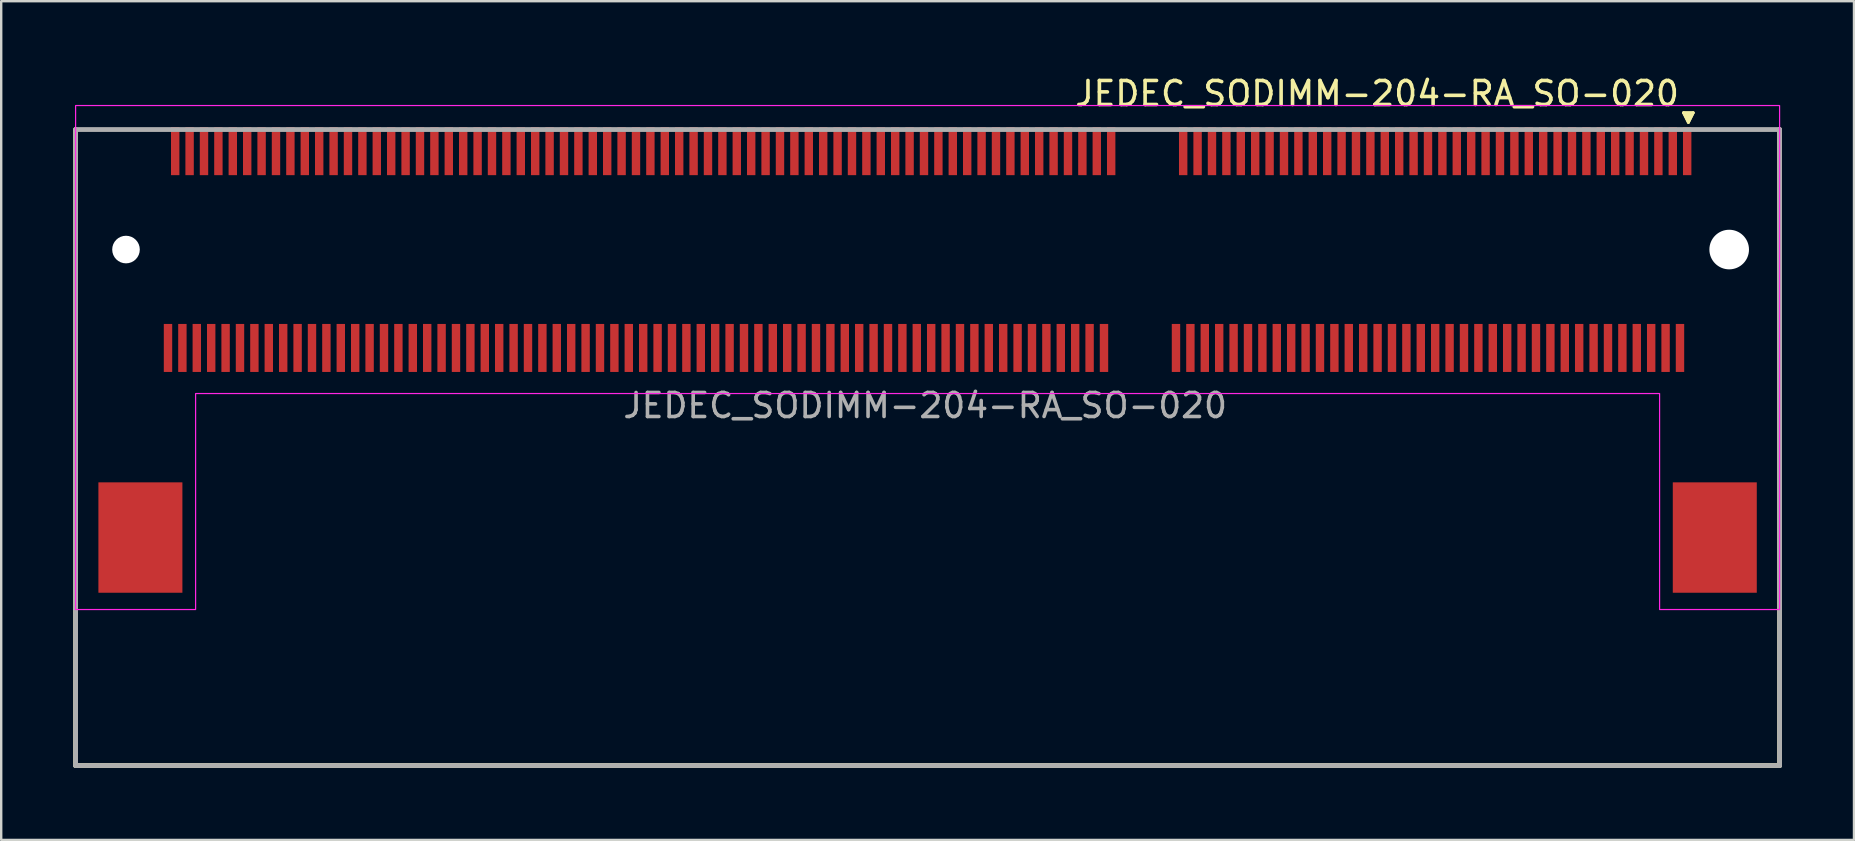
<source format=kicad_pcb>
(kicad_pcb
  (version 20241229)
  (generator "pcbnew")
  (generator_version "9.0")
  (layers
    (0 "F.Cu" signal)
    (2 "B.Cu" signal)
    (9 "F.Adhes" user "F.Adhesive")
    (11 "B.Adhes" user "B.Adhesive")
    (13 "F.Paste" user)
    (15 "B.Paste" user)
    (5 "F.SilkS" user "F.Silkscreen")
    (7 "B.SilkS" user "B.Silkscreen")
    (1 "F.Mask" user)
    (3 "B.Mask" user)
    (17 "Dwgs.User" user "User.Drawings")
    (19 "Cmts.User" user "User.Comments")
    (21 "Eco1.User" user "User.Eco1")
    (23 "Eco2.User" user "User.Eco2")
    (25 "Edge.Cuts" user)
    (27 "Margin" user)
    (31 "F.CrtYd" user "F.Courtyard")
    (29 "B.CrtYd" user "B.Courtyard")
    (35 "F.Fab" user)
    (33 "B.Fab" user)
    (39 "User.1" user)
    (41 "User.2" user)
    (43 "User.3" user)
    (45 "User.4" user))
  (footprint "JEDEC_SODIMM-204-RA_SO-020"
    (layer "F.Cu")
    (at 69 7.348)
    (property "Reference" "JEDEC_SODIMM-204-RA_SO-020" (at -2 -6.5 0) (unlocked yes) (layer "F.SilkS") (effects (font (size 1 1) (thickness 0.15)) (justify right)))
    (attr smd)
    (fp_line (start -68.9 21.5) (end -68.9 -5) (stroke (width 0.2) (type solid)) (layer "F.SilkS"))
    (fp_line (start -1.9 -5.7) (end -1.7 -5.3) (stroke (width 0.12) (type default)) (layer "F.SilkS"))
    (fp_line (start -1.7 -5.3) (end -1.5 -5.7) (stroke (width 0.12) (type default)) (layer "F.SilkS"))
    (fp_line (start -1.5 -5.7) (end -1.9 -5.7) (stroke (width 0.12) (type default)) (layer "F.SilkS"))
    (fp_line (start 2.1 -5) (end 2.1 21.5) (stroke (width 0.2) (type solid)) (layer "F.SilkS"))
    (fp_line (start 2.1 21.5) (end -68.9 21.5) (stroke (width 0.2) (type solid)) (layer "F.SilkS"))
    (fp_poly (pts (xy -1.9 -5.7) (xy -1.7 -5.3) (xy -1.5 -5.7)) (stroke (width 0.12) (type solid)) (fill yes) (layer "F.SilkS"))
    (fp_poly (pts (xy -68.9 15) (xy -63.9 15) (xy -63.9 6) (xy -2.9 6) (xy -2.9 15) (xy 2.1 15) (xy 2.1 -6) (xy -68.9 -6)) (stroke (width 0.05) (type solid)) (fill no) (layer "F.CrtYd"))
    (fp_line (start -68.9 -5) (end 2.1 -5) (stroke (width 0.2) (type solid)) (layer "F.Fab"))
    (fp_line (start -68.9 21.5) (end -68.9 -5) (stroke (width 0.2) (type solid)) (layer "F.Fab"))
    (fp_line (start 2.1 -5) (end 2.1 21.5) (stroke (width 0.2) (type solid)) (layer "F.Fab"))
    (fp_line (start 2.1 21.5) (end -68.9 21.5) (stroke (width 0.2) (type solid)) (layer "F.Fab"))
    (fp_text user "${REFERENCE}" (at -33.5 6.5 180) (layer "F.Fab") (effects (font (size 1 1) (thickness 0.15))))
    (pad "" np_thru_hole circle (at -66.8 0) (size 1.15 1.15) (drill 1.15) (layers "*.Cu" "*.Mask"))
    (pad "" np_thru_hole circle (at 0 0) (size 1.65 1.65) (drill 1.65) (layers "*.Cu" "*.Mask"))
    (pad "1" smd rect (at -1.75 -4.1) (size 0.35 2) (layers "F.Cu" "F.Mask" "F.Paste"))
    (pad "2" smd rect (at -2.05 4.1) (size 0.35 2) (layers "F.Cu" "F.Mask" "F.Paste"))
    (pad "3" smd rect (at -2.35 -4.1) (size 0.35 2) (layers "F.Cu" "F.Mask" "F.Paste"))
    (pad "4" smd rect (at -2.65 4.1) (size 0.35 2) (layers "F.Cu" "F.Mask" "F.Paste"))
    (pad "5" smd rect (at -2.95 -4.1) (size 0.35 2) (layers "F.Cu" "F.Mask" "F.Paste"))
    (pad "6" smd rect (at -3.25 4.1) (size 0.35 2) (layers "F.Cu" "F.Mask" "F.Paste"))
    (pad "7" smd rect (at -3.55 -4.1) (size 0.35 2) (layers "F.Cu" "F.Mask" "F.Paste"))
    (pad "8" smd rect (at -3.85 4.1) (size 0.35 2) (layers "F.Cu" "F.Mask" "F.Paste"))
    (pad "9" smd rect (at -4.15 -4.1) (size 0.35 2) (layers "F.Cu" "F.Mask" "F.Paste"))
    (pad "10" smd rect (at -4.45 4.1) (size 0.35 2) (layers "F.Cu" "F.Mask" "F.Paste"))
    (pad "11" smd rect (at -4.75 -4.1) (size 0.35 2) (layers "F.Cu" "F.Mask" "F.Paste"))
    (pad "12" smd rect (at -5.05 4.1) (size 0.35 2) (layers "F.Cu" "F.Mask" "F.Paste"))
    (pad "13" smd rect (at -5.35 -4.1) (size 0.35 2) (layers "F.Cu" "F.Mask" "F.Paste"))
    (pad "14" smd rect (at -5.65 4.1) (size 0.35 2) (layers "F.Cu" "F.Mask" "F.Paste"))
    (pad "15" smd rect (at -5.95 -4.1) (size 0.35 2) (layers "F.Cu" "F.Mask" "F.Paste"))
    (pad "16" smd rect (at -6.25 4.1) (size 0.35 2) (layers "F.Cu" "F.Mask" "F.Paste"))
    (pad "17" smd rect (at -6.55 -4.1) (size 0.35 2) (layers "F.Cu" "F.Mask" "F.Paste"))
    (pad "18" smd rect (at -6.85 4.1) (size 0.35 2) (layers "F.Cu" "F.Mask" "F.Paste"))
    (pad "19" smd rect (at -7.15 -4.1) (size 0.35 2) (layers "F.Cu" "F.Mask" "F.Paste"))
    (pad "20" smd rect (at -7.45 4.1) (size 0.35 2) (layers "F.Cu" "F.Mask" "F.Paste"))
    (pad "21" smd rect (at -7.75 -4.1) (size 0.35 2) (layers "F.Cu" "F.Mask" "F.Paste"))
    (pad "22" smd rect (at -8.05 4.1) (size 0.35 2) (layers "F.Cu" "F.Mask" "F.Paste"))
    (pad "23" smd rect (at -8.35 -4.1) (size 0.35 2) (layers "F.Cu" "F.Mask" "F.Paste"))
    (pad "24" smd rect (at -8.65 4.1) (size 0.35 2) (layers "F.Cu" "F.Mask" "F.Paste"))
    (pad "25" smd rect (at -8.95 -4.1) (size 0.35 2) (layers "F.Cu" "F.Mask" "F.Paste"))
    (pad "26" smd rect (at -9.25 4.1) (size 0.35 2) (layers "F.Cu" "F.Mask" "F.Paste"))
    (pad "27" smd rect (at -9.55 -4.1) (size 0.35 2) (layers "F.Cu" "F.Mask" "F.Paste"))
    (pad "28" smd rect (at -9.85 4.1) (size 0.35 2) (layers "F.Cu" "F.Mask" "F.Paste"))
    (pad "29" smd rect (at -10.15 -4.1) (size 0.35 2) (layers "F.Cu" "F.Mask" "F.Paste"))
    (pad "30" smd rect (at -10.45 4.1) (size 0.35 2) (layers "F.Cu" "F.Mask" "F.Paste"))
    (pad "31" smd rect (at -10.75 -4.1) (size 0.35 2) (layers "F.Cu" "F.Mask" "F.Paste"))
    (pad "32" smd rect (at -11.05 4.1) (size 0.35 2) (layers "F.Cu" "F.Mask" "F.Paste"))
    (pad "33" smd rect (at -11.35 -4.1) (size 0.35 2) (layers "F.Cu" "F.Mask" "F.Paste"))
    (pad "34" smd rect (at -11.65 4.1) (size 0.35 2) (layers "F.Cu" "F.Mask" "F.Paste"))
    (pad "35" smd rect (at -11.95 -4.1) (size 0.35 2) (layers "F.Cu" "F.Mask" "F.Paste"))
    (pad "36" smd rect (at -12.25 4.1) (size 0.35 2) (layers "F.Cu" "F.Mask" "F.Paste"))
    (pad "37" smd rect (at -12.55 -4.1) (size 0.35 2) (layers "F.Cu" "F.Mask" "F.Paste"))
    (pad "38" smd rect (at -12.85 4.1) (size 0.35 2) (layers "F.Cu" "F.Mask" "F.Paste"))
    (pad "39" smd rect (at -13.15 -4.1) (size 0.35 2) (layers "F.Cu" "F.Mask" "F.Paste"))
    (pad "40" smd rect (at -13.45 4.1) (size 0.35 2) (layers "F.Cu" "F.Mask" "F.Paste"))
    (pad "41" smd rect (at -13.75 -4.1) (size 0.35 2) (layers "F.Cu" "F.Mask" "F.Paste"))
    (pad "42" smd rect (at -14.05 4.1) (size 0.35 2) (layers "F.Cu" "F.Mask" "F.Paste"))
    (pad "43" smd rect (at -14.35 -4.1) (size 0.35 2) (layers "F.Cu" "F.Mask" "F.Paste"))
    (pad "44" smd rect (at -14.65 4.1) (size 0.35 2) (layers "F.Cu" "F.Mask" "F.Paste"))
    (pad "45" smd rect (at -14.95 -4.1) (size 0.35 2) (layers "F.Cu" "F.Mask" "F.Paste"))
    (pad "46" smd rect (at -15.25 4.1) (size 0.35 2) (layers "F.Cu" "F.Mask" "F.Paste"))
    (pad "47" smd rect (at -15.55 -4.1) (size 0.35 2) (layers "F.Cu" "F.Mask" "F.Paste"))
    (pad "48" smd rect (at -15.85 4.1) (size 0.35 2) (layers "F.Cu" "F.Mask" "F.Paste"))
    (pad "49" smd rect (at -16.15 -4.1) (size 0.35 2) (layers "F.Cu" "F.Mask" "F.Paste"))
    (pad "50" smd rect (at -16.45 4.1) (size 0.35 2) (layers "F.Cu" "F.Mask" "F.Paste"))
    (pad "51" smd rect (at -16.75 -4.1) (size 0.35 2) (layers "F.Cu" "F.Mask" "F.Paste"))
    (pad "52" smd rect (at -17.05 4.1) (size 0.35 2) (layers "F.Cu" "F.Mask" "F.Paste"))
    (pad "53" smd rect (at -17.35 -4.1) (size 0.35 2) (layers "F.Cu" "F.Mask" "F.Paste"))
    (pad "54" smd rect (at -17.65 4.1) (size 0.35 2) (layers "F.Cu" "F.Mask" "F.Paste"))
    (pad "55" smd rect (at -17.95 -4.1) (size 0.35 2) (layers "F.Cu" "F.Mask" "F.Paste"))
    (pad "56" smd rect (at -18.25 4.1) (size 0.35 2) (layers "F.Cu" "F.Mask" "F.Paste"))
    (pad "57" smd rect (at -18.55 -4.1) (size 0.35 2) (layers "F.Cu" "F.Mask" "F.Paste"))
    (pad "58" smd rect (at -18.85 4.1) (size 0.35 2) (layers "F.Cu" "F.Mask" "F.Paste"))
    (pad "59" smd rect (at -19.15 -4.1) (size 0.35 2) (layers "F.Cu" "F.Mask" "F.Paste"))
    (pad "60" smd rect (at -19.45 4.1) (size 0.35 2) (layers "F.Cu" "F.Mask" "F.Paste"))
    (pad "61" smd rect (at -19.75 -4.1) (size 0.35 2) (layers "F.Cu" "F.Mask" "F.Paste"))
    (pad "62" smd rect (at -20.05 4.1) (size 0.35 2) (layers "F.Cu" "F.Mask" "F.Paste"))
    (pad "63" smd rect (at -20.35 -4.1) (size 0.35 2) (layers "F.Cu" "F.Mask" "F.Paste"))
    (pad "64" smd rect (at -20.65 4.1) (size 0.35 2) (layers "F.Cu" "F.Mask" "F.Paste"))
    (pad "65" smd rect (at -20.95 -4.1) (size 0.35 2) (layers "F.Cu" "F.Mask" "F.Paste"))
    (pad "66" smd rect (at -21.25 4.1) (size 0.35 2) (layers "F.Cu" "F.Mask" "F.Paste"))
    (pad "67" smd rect (at -21.55 -4.1) (size 0.35 2) (layers "F.Cu" "F.Mask" "F.Paste"))
    (pad "68" smd rect (at -21.85 4.1) (size 0.35 2) (layers "F.Cu" "F.Mask" "F.Paste"))
    (pad "69" smd rect (at -22.15 -4.1) (size 0.35 2) (layers "F.Cu" "F.Mask" "F.Paste"))
    (pad "70" smd rect (at -22.45 4.1) (size 0.35 2) (layers "F.Cu" "F.Mask" "F.Paste"))
    (pad "71" smd rect (at -22.75 -4.1) (size 0.35 2) (layers "F.Cu" "F.Mask" "F.Paste"))
    (pad "72" smd rect (at -23.05 4.1) (size 0.35 2) (layers "F.Cu" "F.Mask" "F.Paste"))
    (pad "73" smd rect (at -25.75 -4.1) (size 0.35 2) (layers "F.Cu" "F.Mask" "F.Paste"))
    (pad "74" smd rect (at -26.05 4.1) (size 0.35 2) (layers "F.Cu" "F.Mask" "F.Paste"))
    (pad "75" smd rect (at -26.35 -4.1) (size 0.35 2) (layers "F.Cu" "F.Mask" "F.Paste"))
    (pad "76" smd rect (at -26.65 4.1) (size 0.35 2) (layers "F.Cu" "F.Mask" "F.Paste"))
    (pad "77" smd rect (at -26.95 -4.1) (size 0.35 2) (layers "F.Cu" "F.Mask" "F.Paste"))
    (pad "78" smd rect (at -27.25 4.1) (size 0.35 2) (layers "F.Cu" "F.Mask" "F.Paste"))
    (pad "79" smd rect (at -27.55 -4.1) (size 0.35 2) (layers "F.Cu" "F.Mask" "F.Paste"))
    (pad "80" smd rect (at -27.85 4.1) (size 0.35 2) (layers "F.Cu" "F.Mask" "F.Paste"))
    (pad "81" smd rect (at -28.15 -4.1) (size 0.35 2) (layers "F.Cu" "F.Mask" "F.Paste"))
    (pad "82" smd rect (at -28.45 4.1) (size 0.35 2) (layers "F.Cu" "F.Mask" "F.Paste"))
    (pad "83" smd rect (at -28.75 -4.1) (size 0.35 2) (layers "F.Cu" "F.Mask" "F.Paste"))
    (pad "84" smd rect (at -29.05 4.1) (size 0.35 2) (layers "F.Cu" "F.Mask" "F.Paste"))
    (pad "85" smd rect (at -29.35 -4.1) (size 0.35 2) (layers "F.Cu" "F.Mask" "F.Paste"))
    (pad "86" smd rect (at -29.65 4.1) (size 0.35 2) (layers "F.Cu" "F.Mask" "F.Paste"))
    (pad "87" smd rect (at -29.95 -4.1) (size 0.35 2) (layers "F.Cu" "F.Mask" "F.Paste"))
    (pad "88" smd rect (at -30.25 4.1) (size 0.35 2) (layers "F.Cu" "F.Mask" "F.Paste"))
    (pad "89" smd rect (at -30.55 -4.1) (size 0.35 2) (layers "F.Cu" "F.Mask" "F.Paste"))
    (pad "90" smd rect (at -30.85 4.1) (size 0.35 2) (layers "F.Cu" "F.Mask" "F.Paste"))
    (pad "91" smd rect (at -31.15 -4.1) (size 0.35 2) (layers "F.Cu" "F.Mask" "F.Paste"))
    (pad "92" smd rect (at -31.45 4.1) (size 0.35 2) (layers "F.Cu" "F.Mask" "F.Paste"))
    (pad "93" smd rect (at -31.75 -4.1) (size 0.35 2) (layers "F.Cu" "F.Mask" "F.Paste"))
    (pad "94" smd rect (at -32.05 4.1) (size 0.35 2) (layers "F.Cu" "F.Mask" "F.Paste"))
    (pad "95" smd rect (at -32.35 -4.1) (size 0.35 2) (layers "F.Cu" "F.Mask" "F.Paste"))
    (pad "96" smd rect (at -32.65 4.1) (size 0.35 2) (layers "F.Cu" "F.Mask" "F.Paste"))
    (pad "97" smd rect (at -32.95 -4.1) (size 0.35 2) (layers "F.Cu" "F.Mask" "F.Paste"))
    (pad "98" smd rect (at -33.25 4.1) (size 0.35 2) (layers "F.Cu" "F.Mask" "F.Paste"))
    (pad "99" smd rect (at -33.55 -4.1) (size 0.35 2) (layers "F.Cu" "F.Mask" "F.Paste"))
    (pad "100" smd rect (at -33.85 4.1) (size 0.35 2) (layers "F.Cu" "F.Mask" "F.Paste"))
    (pad "101" smd rect (at -34.15 -4.1) (size 0.35 2) (layers "F.Cu" "F.Mask" "F.Paste"))
    (pad "102" smd rect (at -34.45 4.1) (size 0.35 2) (layers "F.Cu" "F.Mask" "F.Paste"))
    (pad "103" smd rect (at -34.75 -4.1) (size 0.35 2) (layers "F.Cu" "F.Mask" "F.Paste"))
    (pad "104" smd rect (at -35.05 4.1) (size 0.35 2) (layers "F.Cu" "F.Mask" "F.Paste"))
    (pad "105" smd rect (at -35.35 -4.1) (size 0.35 2) (layers "F.Cu" "F.Mask" "F.Paste"))
    (pad "106" smd rect (at -35.65 4.1) (size 0.35 2) (layers "F.Cu" "F.Mask" "F.Paste"))
    (pad "107" smd rect (at -35.95 -4.1) (size 0.35 2) (layers "F.Cu" "F.Mask" "F.Paste"))
    (pad "108" smd rect (at -36.25 4.1) (size 0.35 2) (layers "F.Cu" "F.Mask" "F.Paste"))
    (pad "109" smd rect (at -36.55 -4.1) (size 0.35 2) (layers "F.Cu" "F.Mask" "F.Paste"))
    (pad "110" smd rect (at -36.85 4.1) (size 0.35 2) (layers "F.Cu" "F.Mask" "F.Paste"))
    (pad "111" smd rect (at -37.15 -4.1) (size 0.35 2) (layers "F.Cu" "F.Mask" "F.Paste"))
    (pad "112" smd rect (at -37.45 4.1) (size 0.35 2) (layers "F.Cu" "F.Mask" "F.Paste"))
    (pad "113" smd rect (at -37.75 -4.1) (size 0.35 2) (layers "F.Cu" "F.Mask" "F.Paste"))
    (pad "114" smd rect (at -38.05 4.1) (size 0.35 2) (layers "F.Cu" "F.Mask" "F.Paste"))
    (pad "115" smd rect (at -38.35 -4.1) (size 0.35 2) (layers "F.Cu" "F.Mask" "F.Paste"))
    (pad "116" smd rect (at -38.65 4.1) (size 0.35 2) (layers "F.Cu" "F.Mask" "F.Paste"))
    (pad "117" smd rect (at -38.95 -4.1) (size 0.35 2) (layers "F.Cu" "F.Mask" "F.Paste"))
    (pad "118" smd rect (at -39.25 4.1) (size 0.35 2) (layers "F.Cu" "F.Mask" "F.Paste"))
    (pad "119" smd rect (at -39.55 -4.1) (size 0.35 2) (layers "F.Cu" "F.Mask" "F.Paste"))
    (pad "120" smd rect (at -39.85 4.1) (size 0.35 2) (layers "F.Cu" "F.Mask" "F.Paste"))
    (pad "121" smd rect (at -40.15 -4.1) (size 0.35 2) (layers "F.Cu" "F.Mask" "F.Paste"))
    (pad "122" smd rect (at -40.45 4.1) (size 0.35 2) (layers "F.Cu" "F.Mask" "F.Paste"))
    (pad "123" smd rect (at -40.75 -4.1) (size 0.35 2) (layers "F.Cu" "F.Mask" "F.Paste"))
    (pad "124" smd rect (at -41.05 4.1) (size 0.35 2) (layers "F.Cu" "F.Mask" "F.Paste"))
    (pad "125" smd rect (at -41.35 -4.1) (size 0.35 2) (layers "F.Cu" "F.Mask" "F.Paste"))
    (pad "126" smd rect (at -41.65 4.1) (size 0.35 2) (layers "F.Cu" "F.Mask" "F.Paste"))
    (pad "127" smd rect (at -41.95 -4.1) (size 0.35 2) (layers "F.Cu" "F.Mask" "F.Paste"))
    (pad "128" smd rect (at -42.25 4.1) (size 0.35 2) (layers "F.Cu" "F.Mask" "F.Paste"))
    (pad "129" smd rect (at -42.55 -4.1) (size 0.35 2) (layers "F.Cu" "F.Mask" "F.Paste"))
    (pad "130" smd rect (at -42.85 4.1) (size 0.35 2) (layers "F.Cu" "F.Mask" "F.Paste"))
    (pad "131" smd rect (at -43.15 -4.1) (size 0.35 2) (layers "F.Cu" "F.Mask" "F.Paste"))
    (pad "132" smd rect (at -43.45 4.1) (size 0.35 2) (layers "F.Cu" "F.Mask" "F.Paste"))
    (pad "133" smd rect (at -43.75 -4.1) (size 0.35 2) (layers "F.Cu" "F.Mask" "F.Paste"))
    (pad "134" smd rect (at -44.05 4.1) (size 0.35 2) (layers "F.Cu" "F.Mask" "F.Paste"))
    (pad "135" smd rect (at -44.35 -4.1) (size 0.35 2) (layers "F.Cu" "F.Mask" "F.Paste"))
    (pad "136" smd rect (at -44.65 4.1) (size 0.35 2) (layers "F.Cu" "F.Mask" "F.Paste"))
    (pad "137" smd rect (at -44.95 -4.1) (size 0.35 2) (layers "F.Cu" "F.Mask" "F.Paste"))
    (pad "138" smd rect (at -45.25 4.1) (size 0.35 2) (layers "F.Cu" "F.Mask" "F.Paste"))
    (pad "139" smd rect (at -45.55 -4.1) (size 0.35 2) (layers "F.Cu" "F.Mask" "F.Paste"))
    (pad "140" smd rect (at -45.85 4.1) (size 0.35 2) (layers "F.Cu" "F.Mask" "F.Paste"))
    (pad "141" smd rect (at -46.15 -4.1) (size 0.35 2) (layers "F.Cu" "F.Mask" "F.Paste"))
    (pad "142" smd rect (at -46.45 4.1) (size 0.35 2) (layers "F.Cu" "F.Mask" "F.Paste"))
    (pad "143" smd rect (at -46.75 -4.1) (size 0.35 2) (layers "F.Cu" "F.Mask" "F.Paste"))
    (pad "144" smd rect (at -47.05 4.1) (size 0.35 2) (layers "F.Cu" "F.Mask" "F.Paste"))
    (pad "145" smd rect (at -47.35 -4.1) (size 0.35 2) (layers "F.Cu" "F.Mask" "F.Paste"))
    (pad "146" smd rect (at -47.65 4.1) (size 0.35 2) (layers "F.Cu" "F.Mask" "F.Paste"))
    (pad "147" smd rect (at -47.95 -4.1) (size 0.35 2) (layers "F.Cu" "F.Mask" "F.Paste"))
    (pad "148" smd rect (at -48.25 4.1) (size 0.35 2) (layers "F.Cu" "F.Mask" "F.Paste"))
    (pad "149" smd rect (at -48.55 -4.1) (size 0.35 2) (layers "F.Cu" "F.Mask" "F.Paste"))
    (pad "150" smd rect (at -48.85 4.1) (size 0.35 2) (layers "F.Cu" "F.Mask" "F.Paste"))
    (pad "151" smd rect (at -49.15 -4.1) (size 0.35 2) (layers "F.Cu" "F.Mask" "F.Paste"))
    (pad "152" smd rect (at -49.45 4.1) (size 0.35 2) (layers "F.Cu" "F.Mask" "F.Paste"))
    (pad "153" smd rect (at -49.75 -4.1) (size 0.35 2) (layers "F.Cu" "F.Mask" "F.Paste"))
    (pad "154" smd rect (at -50.05 4.1) (size 0.35 2) (layers "F.Cu" "F.Mask" "F.Paste"))
    (pad "155" smd rect (at -50.35 -4.1) (size 0.35 2) (layers "F.Cu" "F.Mask" "F.Paste"))
    (pad "156" smd rect (at -50.65 4.1) (size 0.35 2) (layers "F.Cu" "F.Mask" "F.Paste"))
    (pad "157" smd rect (at -50.95 -4.1) (size 0.35 2) (layers "F.Cu" "F.Mask" "F.Paste"))
    (pad "158" smd rect (at -51.25 4.1) (size 0.35 2) (layers "F.Cu" "F.Mask" "F.Paste"))
    (pad "159" smd rect (at -51.55 -4.1) (size 0.35 2) (layers "F.Cu" "F.Mask" "F.Paste"))
    (pad "160" smd rect (at -51.85 4.1) (size 0.35 2) (layers "F.Cu" "F.Mask" "F.Paste"))
    (pad "161" smd rect (at -52.15 -4.1) (size 0.35 2) (layers "F.Cu" "F.Mask" "F.Paste"))
    (pad "162" smd rect (at -52.45 4.1) (size 0.35 2) (layers "F.Cu" "F.Mask" "F.Paste"))
    (pad "163" smd rect (at -52.75 -4.1) (size 0.35 2) (layers "F.Cu" "F.Mask" "F.Paste"))
    (pad "164" smd rect (at -53.05 4.1) (size 0.35 2) (layers "F.Cu" "F.Mask" "F.Paste"))
    (pad "165" smd rect (at -53.35 -4.1) (size 0.35 2) (layers "F.Cu" "F.Mask" "F.Paste"))
    (pad "166" smd rect (at -53.65 4.1) (size 0.35 2) (layers "F.Cu" "F.Mask" "F.Paste"))
    (pad "167" smd rect (at -53.95 -4.1) (size 0.35 2) (layers "F.Cu" "F.Mask" "F.Paste"))
    (pad "168" smd rect (at -54.25 4.1) (size 0.35 2) (layers "F.Cu" "F.Mask" "F.Paste"))
    (pad "169" smd rect (at -54.55 -4.1) (size 0.35 2) (layers "F.Cu" "F.Mask" "F.Paste"))
    (pad "170" smd rect (at -54.85 4.1) (size 0.35 2) (layers "F.Cu" "F.Mask" "F.Paste"))
    (pad "171" smd rect (at -55.15 -4.1) (size 0.35 2) (layers "F.Cu" "F.Mask" "F.Paste"))
    (pad "172" smd rect (at -55.45 4.1) (size 0.35 2) (layers "F.Cu" "F.Mask" "F.Paste"))
    (pad "173" smd rect (at -55.75 -4.1) (size 0.35 2) (layers "F.Cu" "F.Mask" "F.Paste"))
    (pad "174" smd rect (at -56.05 4.1) (size 0.35 2) (layers "F.Cu" "F.Mask" "F.Paste"))
    (pad "175" smd rect (at -56.35 -4.1) (size 0.35 2) (layers "F.Cu" "F.Mask" "F.Paste"))
    (pad "176" smd rect (at -56.65 4.1) (size 0.35 2) (layers "F.Cu" "F.Mask" "F.Paste"))
    (pad "177" smd rect (at -56.95 -4.1) (size 0.35 2) (layers "F.Cu" "F.Mask" "F.Paste"))
    (pad "178" smd rect (at -57.25 4.1) (size 0.35 2) (layers "F.Cu" "F.Mask" "F.Paste"))
    (pad "179" smd rect (at -57.55 -4.1) (size 0.35 2) (layers "F.Cu" "F.Mask" "F.Paste"))
    (pad "180" smd rect (at -57.85 4.1) (size 0.35 2) (layers "F.Cu" "F.Mask" "F.Paste"))
    (pad "181" smd rect (at -58.15 -4.1) (size 0.35 2) (layers "F.Cu" "F.Mask" "F.Paste"))
    (pad "182" smd rect (at -58.45 4.1) (size 0.35 2) (layers "F.Cu" "F.Mask" "F.Paste"))
    (pad "183" smd rect (at -58.75 -4.1) (size 0.35 2) (layers "F.Cu" "F.Mask" "F.Paste"))
    (pad "184" smd rect (at -59.05 4.1) (size 0.35 2) (layers "F.Cu" "F.Mask" "F.Paste"))
    (pad "185" smd rect (at -59.35 -4.1) (size 0.35 2) (layers "F.Cu" "F.Mask" "F.Paste"))
    (pad "186" smd rect (at -59.65 4.1) (size 0.35 2) (layers "F.Cu" "F.Mask" "F.Paste"))
    (pad "187" smd rect (at -59.95 -4.1) (size 0.35 2) (layers "F.Cu" "F.Mask" "F.Paste"))
    (pad "188" smd rect (at -60.25 4.1) (size 0.35 2) (layers "F.Cu" "F.Mask" "F.Paste"))
    (pad "189" smd rect (at -60.55 -4.1) (size 0.35 2) (layers "F.Cu" "F.Mask" "F.Paste"))
    (pad "190" smd rect (at -60.85 4.1) (size 0.35 2) (layers "F.Cu" "F.Mask" "F.Paste"))
    (pad "191" smd rect (at -61.15 -4.1) (size 0.35 2) (layers "F.Cu" "F.Mask" "F.Paste"))
    (pad "192" smd rect (at -61.45 4.1) (size 0.35 2) (layers "F.Cu" "F.Mask" "F.Paste"))
    (pad "193" smd rect (at -61.75 -4.1) (size 0.35 2) (layers "F.Cu" "F.Mask" "F.Paste"))
    (pad "194" smd rect (at -62.05 4.1) (size 0.35 2) (layers "F.Cu" "F.Mask" "F.Paste"))
    (pad "195" smd rect (at -62.35 -4.1) (size 0.35 2) (layers "F.Cu" "F.Mask" "F.Paste"))
    (pad "196" smd rect (at -62.65 4.1) (size 0.35 2) (layers "F.Cu" "F.Mask" "F.Paste"))
    (pad "197" smd rect (at -62.95 -4.1) (size 0.35 2) (layers "F.Cu" "F.Mask" "F.Paste"))
    (pad "198" smd rect (at -63.25 4.1) (size 0.35 2) (layers "F.Cu" "F.Mask" "F.Paste"))
    (pad "199" smd rect (at -63.55 -4.1) (size 0.35 2) (layers "F.Cu" "F.Mask" "F.Paste"))
    (pad "200" smd rect (at -63.85 4.1) (size 0.35 2) (layers "F.Cu" "F.Mask" "F.Paste"))
    (pad "201" smd rect (at -64.15 -4.1) (size 0.35 2) (layers "F.Cu" "F.Mask" "F.Paste"))
    (pad "202" smd rect (at -64.45 4.1) (size 0.35 2) (layers "F.Cu" "F.Mask" "F.Paste"))
    (pad "203" smd rect (at -64.75 -4.1) (size 0.35 2) (layers "F.Cu" "F.Mask" "F.Paste"))
    (pad "204" smd rect (at -65.05 4.1) (size 0.35 2) (layers "F.Cu" "F.Mask" "F.Paste"))
    (pad "MP1" smd rect (at -66.2 12) (size 3.5 4.6) (layers "F.Cu" "F.Mask" "F.Paste"))
    (pad "MP2" smd rect (at -0.6 12) (size 3.5 4.6) (layers "F.Cu" "F.Mask" "F.Paste")))
  (gr_rect
    (start -3 -3)
    (end 74.2 31.948)
    (stroke (width 0.1) (type default))
    (fill no)
    (layer "Edge.Cuts")))
</source>
